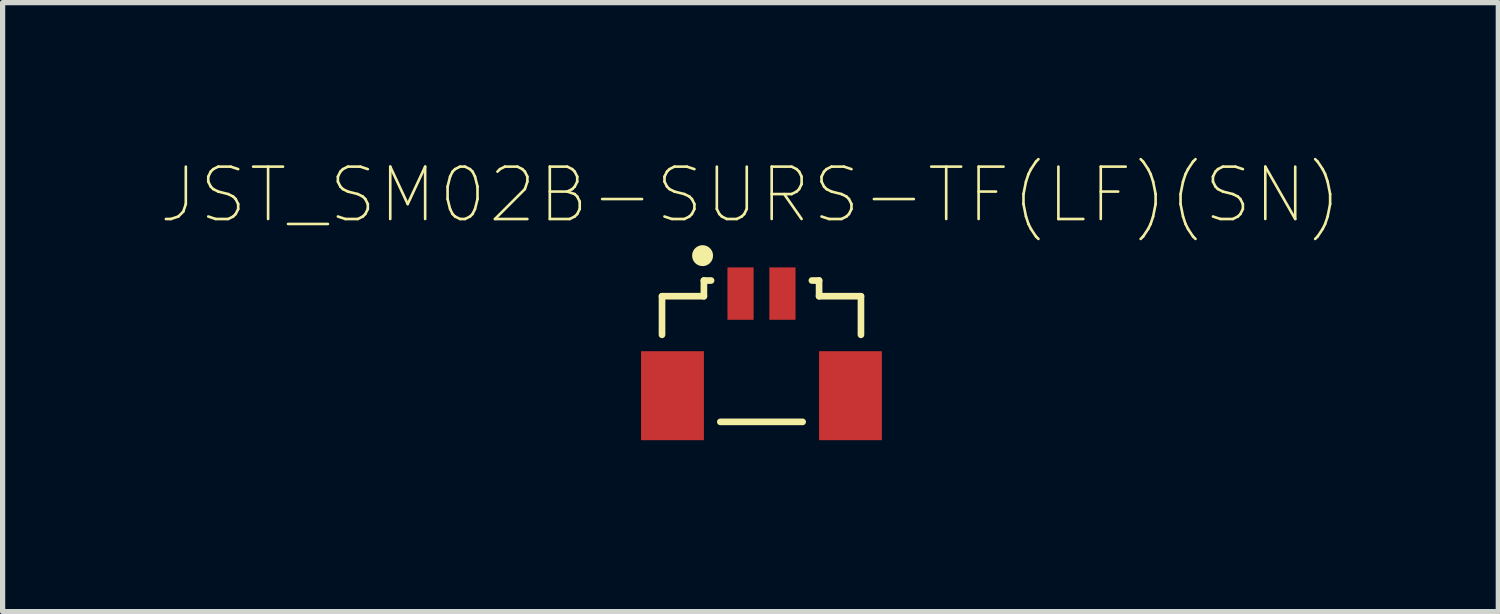
<source format=kicad_pcb>
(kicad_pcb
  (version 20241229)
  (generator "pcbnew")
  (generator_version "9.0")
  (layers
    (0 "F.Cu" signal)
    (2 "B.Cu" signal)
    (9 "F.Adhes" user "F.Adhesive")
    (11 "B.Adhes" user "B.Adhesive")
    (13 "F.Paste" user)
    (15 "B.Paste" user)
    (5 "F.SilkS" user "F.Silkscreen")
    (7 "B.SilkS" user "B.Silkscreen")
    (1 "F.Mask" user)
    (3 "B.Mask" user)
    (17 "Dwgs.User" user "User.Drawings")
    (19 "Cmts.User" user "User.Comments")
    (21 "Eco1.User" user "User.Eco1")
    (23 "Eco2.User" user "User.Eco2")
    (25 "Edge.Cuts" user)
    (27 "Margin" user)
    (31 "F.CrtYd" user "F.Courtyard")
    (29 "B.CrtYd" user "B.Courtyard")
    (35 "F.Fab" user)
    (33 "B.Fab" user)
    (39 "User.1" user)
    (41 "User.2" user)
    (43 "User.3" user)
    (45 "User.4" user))
  (footprint "JST_SM02B-SURS-TF(LF)(SN)"
    (layer "F.Cu")
    (at 11.495 2.558)
    (property "Reference" "JST_SM02B-SURS-TF(LF)(SN)" (at -0.21 -1.885 0) (layer "F.SilkS") (effects (font (size 1 1) (thickness 0.05))))
    (attr smd)
    (fp_line (start -1.9 0.05) (end -1.9 0.787) (stroke (width 0.127) (type solid)) (layer "F.SilkS"))
    (fp_line (start -1.9 0.05) (end -1.1 0.05) (stroke (width 0.127) (type solid)) (layer "F.SilkS"))
    (fp_line (start -1.1 -0.25) (end -0.963 -0.25) (stroke (width 0.127) (type solid)) (layer "F.SilkS"))
    (fp_line (start -1.1 0.05) (end -1.1 -0.25) (stroke (width 0.127) (type solid)) (layer "F.SilkS"))
    (fp_line (start -0.786 2.45) (end 0.786 2.45) (stroke (width 0.127) (type solid)) (layer "F.SilkS"))
    (fp_line (start 1.1 -0.25) (end 0.963 -0.25) (stroke (width 0.127) (type solid)) (layer "F.SilkS"))
    (fp_line (start 1.1 -0.25) (end 1.1 0.05) (stroke (width 0.127) (type solid)) (layer "F.SilkS"))
    (fp_line (start 1.1 0.05) (end 1.9 0.05) (stroke (width 0.127) (type solid)) (layer "F.SilkS"))
    (fp_line (start 1.9 0.05) (end 1.9 0.787) (stroke (width 0.127) (type solid)) (layer "F.SilkS"))
    (fp_circle (center -1.125 -0.725) (end -1.025 -0.725) (stroke (width 0.2) (type solid)) (fill no) (layer "F.SilkS"))
    (fp_line (start -2.55 0.85) (end -2.55 3.05) (stroke (width 0.05) (type solid)) (layer "Eco1.User"))
    (fp_line (start -2.55 3.05) (end 2.55 3.05) (stroke (width 0.05) (type solid)) (layer "Eco1.User"))
    (fp_line (start -2.15 -0.75) (end -2.15 0.85) (stroke (width 0.05) (type solid)) (layer "Eco1.User"))
    (fp_line (start -2.15 0.85) (end -2.55 0.85) (stroke (width 0.05) (type solid)) (layer "Eco1.User"))
    (fp_line (start 2.15 -0.75) (end -2.15 -0.75) (stroke (width 0.05) (type solid)) (layer "Eco1.User"))
    (fp_line (start 2.15 0.85) (end 2.15 -0.75) (stroke (width 0.05) (type solid)) (layer "Eco1.User"))
    (fp_line (start 2.55 0.85) (end 2.15 0.85) (stroke (width 0.05) (type solid)) (layer "Eco1.User"))
    (fp_line (start 2.55 3.05) (end 2.55 0.85) (stroke (width 0.05) (type solid)) (layer "Eco1.User"))
    (fp_line (start -1.9 0.05) (end -1.9 2.45) (stroke (width 0.127) (type solid)) (layer "Eco2.User"))
    (fp_line (start -1.9 0.05) (end -1.1 0.05) (stroke (width 0.127) (type solid)) (layer "Eco2.User"))
    (fp_line (start -1.9 2.45) (end 1.9 2.45) (stroke (width 0.127) (type solid)) (layer "Eco2.User"))
    (fp_line (start -1.1 -0.25) (end 1.1 -0.25) (stroke (width 0.127) (type solid)) (layer "Eco2.User"))
    (fp_line (start -1.1 0.05) (end -1.1 -0.25) (stroke (width 0.127) (type solid)) (layer "Eco2.User"))
    (fp_line (start 1.1 -0.25) (end 1.1 0.05) (stroke (width 0.127) (type solid)) (layer "Eco2.User"))
    (fp_line (start 1.1 0.05) (end 1.9 0.05) (stroke (width 0.127) (type solid)) (layer "Eco2.User"))
    (fp_line (start 1.9 2.45) (end 1.9 0.05) (stroke (width 0.127) (type solid)) (layer "Eco2.User"))
    (fp_circle (center -1.125 -0.725) (end -1.025 -0.725) (stroke (width 0.2) (type solid)) (fill no) (layer "Eco2.User"))
    (pad "1" smd rect (at -0.4 0) (size 0.5 1) (layers "F.Cu" "F.Mask" "F.Paste"))
    (pad "2" smd rect (at 0.4 0) (size 0.5 1) (layers "F.Cu" "F.Mask" "F.Paste"))
    (pad "S1" smd rect (at -1.7 1.95) (size 1.2 1.7) (layers "F.Cu" "F.Mask" "F.Paste"))
    (pad "S2" smd rect (at 1.7 1.95) (size 1.2 1.7) (layers "F.Cu" "F.Mask" "F.Paste")))
  (gr_rect
    (start -3 -3)
    (end 25.569 8.633)
    (stroke (width 0.1) (type default))
    (fill no)
    (layer "Edge.Cuts")))
</source>
